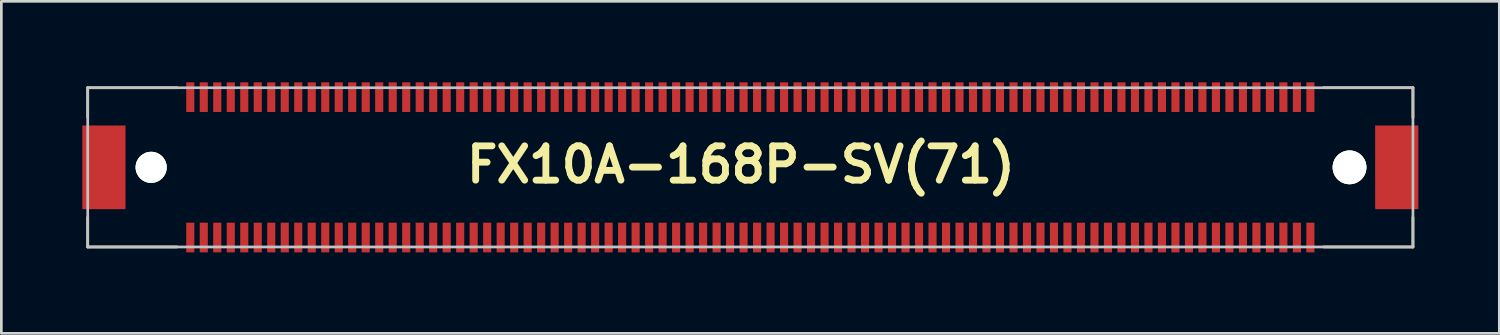
<source format=kicad_pcb>
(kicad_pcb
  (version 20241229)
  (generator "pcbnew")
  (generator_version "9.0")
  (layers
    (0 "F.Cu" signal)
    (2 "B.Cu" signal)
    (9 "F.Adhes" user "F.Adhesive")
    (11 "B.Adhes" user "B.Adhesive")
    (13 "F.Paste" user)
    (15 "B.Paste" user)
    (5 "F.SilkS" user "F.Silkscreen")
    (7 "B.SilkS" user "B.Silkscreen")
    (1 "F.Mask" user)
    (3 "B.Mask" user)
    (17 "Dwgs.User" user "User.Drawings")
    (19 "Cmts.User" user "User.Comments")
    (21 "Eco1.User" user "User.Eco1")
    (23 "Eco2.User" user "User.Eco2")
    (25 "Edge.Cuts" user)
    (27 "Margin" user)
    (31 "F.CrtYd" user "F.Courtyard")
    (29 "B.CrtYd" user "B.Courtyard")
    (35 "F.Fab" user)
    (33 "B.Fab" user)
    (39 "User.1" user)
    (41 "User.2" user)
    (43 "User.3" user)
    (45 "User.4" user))
  (footprint "FX10A-168P-SV(71)"
    (layer "F.Cu")
    (at 24.75 3.15)
    (property "Reference" "FX10A-168P-SV(71)" (at -0.349 -0.1 0) (layer "F.SilkS") (effects (font (size 1.27 1.27) (thickness 0.254))))
    (attr through_hole)
    (fp_line (start -24.55 -2.95) (end -24.55 -1.848) (stroke (width 0.1) (type solid)) (layer "F.SilkS"))
    (fp_line (start -24.55 -2.95) (end -21.243 -2.95) (stroke (width 0.1) (type solid)) (layer "F.SilkS"))
    (fp_line (start -24.55 2.95) (end -24.55 1.848) (stroke (width 0.1) (type solid)) (layer "F.SilkS"))
    (fp_line (start -24.55 2.95) (end -21.243 2.95) (stroke (width 0.1) (type solid)) (layer "F.SilkS"))
    (fp_line (start 24.55 -2.95) (end 21.243 -2.95) (stroke (width 0.1) (type solid)) (layer "F.SilkS"))
    (fp_line (start 24.55 -2.95) (end 24.55 -1.848) (stroke (width 0.1) (type solid)) (layer "F.SilkS"))
    (fp_line (start 24.55 2.95) (end 21.243 2.95) (stroke (width 0.1) (type solid)) (layer "F.SilkS"))
    (fp_line (start 24.55 2.95) (end 24.55 1.848) (stroke (width 0.1) (type solid)) (layer "F.SilkS"))
    (fp_line (start -24.55 -2.95) (end 24.55 -2.95) (stroke (width 0.1) (type solid)) (layer "Dwgs.User"))
    (fp_line (start -24.55 2.95) (end -24.55 -2.95) (stroke (width 0.1) (type solid)) (layer "Dwgs.User"))
    (fp_line (start 24.55 -2.95) (end 24.55 2.95) (stroke (width 0.1) (type solid)) (layer "Dwgs.User"))
    (fp_line (start 24.55 2.95) (end -24.55 2.95) (stroke (width 0.1) (type solid)) (layer "Dwgs.User"))
    (pad "1" smd rect (at -20.75 2.6) (size 0.3 1.1) (layers "F.Cu" "F.Mask" "F.Paste"))
    (pad "2" smd rect (at -20.75 -2.6) (size 0.3 1.1) (layers "F.Cu" "F.Mask" "F.Paste"))
    (pad "3" smd rect (at -20.25 2.6) (size 0.3 1.1) (layers "F.Cu" "F.Mask" "F.Paste"))
    (pad "4" smd rect (at -20.25 -2.6) (size 0.3 1.1) (layers "F.Cu" "F.Mask" "F.Paste"))
    (pad "5" smd rect (at -19.75 2.6) (size 0.3 1.1) (layers "F.Cu" "F.Mask" "F.Paste"))
    (pad "6" smd rect (at -19.75 -2.6) (size 0.3 1.1) (layers "F.Cu" "F.Mask" "F.Paste"))
    (pad "7" smd rect (at -19.25 2.6) (size 0.3 1.1) (layers "F.Cu" "F.Mask" "F.Paste"))
    (pad "8" smd rect (at -19.25 -2.6) (size 0.3 1.1) (layers "F.Cu" "F.Mask" "F.Paste"))
    (pad "9" smd rect (at -18.75 2.6) (size 0.3 1.1) (layers "F.Cu" "F.Mask" "F.Paste"))
    (pad "10" smd rect (at -18.75 -2.6) (size 0.3 1.1) (layers "F.Cu" "F.Mask" "F.Paste"))
    (pad "11" smd rect (at -18.25 2.6) (size 0.3 1.1) (layers "F.Cu" "F.Mask" "F.Paste"))
    (pad "12" smd rect (at -18.25 -2.6) (size 0.3 1.1) (layers "F.Cu" "F.Mask" "F.Paste"))
    (pad "13" smd rect (at -17.75 2.6) (size 0.3 1.1) (layers "F.Cu" "F.Mask" "F.Paste"))
    (pad "14" smd rect (at -17.75 -2.6) (size 0.3 1.1) (layers "F.Cu" "F.Mask" "F.Paste"))
    (pad "15" smd rect (at -17.25 2.6) (size 0.3 1.1) (layers "F.Cu" "F.Mask" "F.Paste"))
    (pad "16" smd rect (at -17.25 -2.6) (size 0.3 1.1) (layers "F.Cu" "F.Mask" "F.Paste"))
    (pad "17" smd rect (at -16.75 2.6) (size 0.3 1.1) (layers "F.Cu" "F.Mask" "F.Paste"))
    (pad "18" smd rect (at -16.75 -2.6) (size 0.3 1.1) (layers "F.Cu" "F.Mask" "F.Paste"))
    (pad "19" smd rect (at -16.25 2.6) (size 0.3 1.1) (layers "F.Cu" "F.Mask" "F.Paste"))
    (pad "20" smd rect (at -16.25 -2.6) (size 0.3 1.1) (layers "F.Cu" "F.Mask" "F.Paste"))
    (pad "21" smd rect (at -15.75 2.6) (size 0.3 1.1) (layers "F.Cu" "F.Mask" "F.Paste"))
    (pad "22" smd rect (at -15.75 -2.6) (size 0.3 1.1) (layers "F.Cu" "F.Mask" "F.Paste"))
    (pad "23" smd rect (at -15.25 2.6) (size 0.3 1.1) (layers "F.Cu" "F.Mask" "F.Paste"))
    (pad "24" smd rect (at -15.25 -2.6) (size 0.3 1.1) (layers "F.Cu" "F.Mask" "F.Paste"))
    (pad "25" smd rect (at -14.75 2.6) (size 0.3 1.1) (layers "F.Cu" "F.Mask" "F.Paste"))
    (pad "26" smd rect (at -14.75 -2.6) (size 0.3 1.1) (layers "F.Cu" "F.Mask" "F.Paste"))
    (pad "27" smd rect (at -14.25 2.6) (size 0.3 1.1) (layers "F.Cu" "F.Mask" "F.Paste"))
    (pad "28" smd rect (at -14.25 -2.6) (size 0.3 1.1) (layers "F.Cu" "F.Mask" "F.Paste"))
    (pad "29" smd rect (at -13.75 2.6) (size 0.3 1.1) (layers "F.Cu" "F.Mask" "F.Paste"))
    (pad "30" smd rect (at -13.75 -2.6) (size 0.3 1.1) (layers "F.Cu" "F.Mask" "F.Paste"))
    (pad "31" smd rect (at -13.25 2.6) (size 0.3 1.1) (layers "F.Cu" "F.Mask" "F.Paste"))
    (pad "32" smd rect (at -13.25 -2.6) (size 0.3 1.1) (layers "F.Cu" "F.Mask" "F.Paste"))
    (pad "33" smd rect (at -12.75 2.6) (size 0.3 1.1) (layers "F.Cu" "F.Mask" "F.Paste"))
    (pad "34" smd rect (at -12.75 -2.6) (size 0.3 1.1) (layers "F.Cu" "F.Mask" "F.Paste"))
    (pad "35" smd rect (at -12.25 2.6) (size 0.3 1.1) (layers "F.Cu" "F.Mask" "F.Paste"))
    (pad "36" smd rect (at -12.25 -2.6) (size 0.3 1.1) (layers "F.Cu" "F.Mask" "F.Paste"))
    (pad "37" smd rect (at -11.75 2.6) (size 0.3 1.1) (layers "F.Cu" "F.Mask" "F.Paste"))
    (pad "38" smd rect (at -11.75 -2.6) (size 0.3 1.1) (layers "F.Cu" "F.Mask" "F.Paste"))
    (pad "39" smd rect (at -11.25 2.6) (size 0.3 1.1) (layers "F.Cu" "F.Mask" "F.Paste"))
    (pad "40" smd rect (at -11.25 -2.6) (size 0.3 1.1) (layers "F.Cu" "F.Mask" "F.Paste"))
    (pad "41" smd rect (at -10.75 2.6) (size 0.3 1.1) (layers "F.Cu" "F.Mask" "F.Paste"))
    (pad "42" smd rect (at -10.75 -2.6) (size 0.3 1.1) (layers "F.Cu" "F.Mask" "F.Paste"))
    (pad "43" smd rect (at -10.25 2.6) (size 0.3 1.1) (layers "F.Cu" "F.Mask" "F.Paste"))
    (pad "44" smd rect (at -10.25 -2.6) (size 0.3 1.1) (layers "F.Cu" "F.Mask" "F.Paste"))
    (pad "45" smd rect (at -9.75 2.6) (size 0.3 1.1) (layers "F.Cu" "F.Mask" "F.Paste"))
    (pad "46" smd rect (at -9.75 -2.6) (size 0.3 1.1) (layers "F.Cu" "F.Mask" "F.Paste"))
    (pad "47" smd rect (at -9.25 2.6) (size 0.3 1.1) (layers "F.Cu" "F.Mask" "F.Paste"))
    (pad "48" smd rect (at -9.25 -2.6) (size 0.3 1.1) (layers "F.Cu" "F.Mask" "F.Paste"))
    (pad "49" smd rect (at -8.75 2.6) (size 0.3 1.1) (layers "F.Cu" "F.Mask" "F.Paste"))
    (pad "50" smd rect (at -8.75 -2.6) (size 0.3 1.1) (layers "F.Cu" "F.Mask" "F.Paste"))
    (pad "51" smd rect (at -8.25 2.6) (size 0.3 1.1) (layers "F.Cu" "F.Mask" "F.Paste"))
    (pad "52" smd rect (at -8.25 -2.6) (size 0.3 1.1) (layers "F.Cu" "F.Mask" "F.Paste"))
    (pad "53" smd rect (at -7.75 2.6) (size 0.3 1.1) (layers "F.Cu" "F.Mask" "F.Paste"))
    (pad "54" smd rect (at -7.75 -2.6) (size 0.3 1.1) (layers "F.Cu" "F.Mask" "F.Paste"))
    (pad "55" smd rect (at -7.25 2.6) (size 0.3 1.1) (layers "F.Cu" "F.Mask" "F.Paste"))
    (pad "56" smd rect (at -7.25 -2.6) (size 0.3 1.1) (layers "F.Cu" "F.Mask" "F.Paste"))
    (pad "57" smd rect (at -6.75 2.6) (size 0.3 1.1) (layers "F.Cu" "F.Mask" "F.Paste"))
    (pad "58" smd rect (at -6.75 -2.6) (size 0.3 1.1) (layers "F.Cu" "F.Mask" "F.Paste"))
    (pad "59" smd rect (at -6.25 2.6) (size 0.3 1.1) (layers "F.Cu" "F.Mask" "F.Paste"))
    (pad "60" smd rect (at -6.25 -2.6) (size 0.3 1.1) (layers "F.Cu" "F.Mask" "F.Paste"))
    (pad "61" smd rect (at -5.75 2.6) (size 0.3 1.1) (layers "F.Cu" "F.Mask" "F.Paste"))
    (pad "62" smd rect (at -5.75 -2.6) (size 0.3 1.1) (layers "F.Cu" "F.Mask" "F.Paste"))
    (pad "63" smd rect (at -5.25 2.6) (size 0.3 1.1) (layers "F.Cu" "F.Mask" "F.Paste"))
    (pad "64" smd rect (at -5.25 -2.6) (size 0.3 1.1) (layers "F.Cu" "F.Mask" "F.Paste"))
    (pad "65" smd rect (at -4.75 2.6) (size 0.3 1.1) (layers "F.Cu" "F.Mask" "F.Paste"))
    (pad "66" smd rect (at -4.75 -2.6) (size 0.3 1.1) (layers "F.Cu" "F.Mask" "F.Paste"))
    (pad "67" smd rect (at -4.25 2.6) (size 0.3 1.1) (layers "F.Cu" "F.Mask" "F.Paste"))
    (pad "68" smd rect (at -4.25 -2.6) (size 0.3 1.1) (layers "F.Cu" "F.Mask" "F.Paste"))
    (pad "69" smd rect (at -3.75 2.6) (size 0.3 1.1) (layers "F.Cu" "F.Mask" "F.Paste"))
    (pad "70" smd rect (at -3.75 -2.6) (size 0.3 1.1) (layers "F.Cu" "F.Mask" "F.Paste"))
    (pad "71" smd rect (at -3.25 2.6) (size 0.3 1.1) (layers "F.Cu" "F.Mask" "F.Paste"))
    (pad "72" smd rect (at -3.25 -2.6) (size 0.3 1.1) (layers "F.Cu" "F.Mask" "F.Paste"))
    (pad "73" smd rect (at -2.75 2.6) (size 0.3 1.1) (layers "F.Cu" "F.Mask" "F.Paste"))
    (pad "74" smd rect (at -2.75 -2.6) (size 0.3 1.1) (layers "F.Cu" "F.Mask" "F.Paste"))
    (pad "75" smd rect (at -2.25 2.6) (size 0.3 1.1) (layers "F.Cu" "F.Mask" "F.Paste"))
    (pad "76" smd rect (at -2.25 -2.6) (size 0.3 1.1) (layers "F.Cu" "F.Mask" "F.Paste"))
    (pad "77" smd rect (at -1.75 2.6) (size 0.3 1.1) (layers "F.Cu" "F.Mask" "F.Paste"))
    (pad "78" smd rect (at -1.75 -2.6) (size 0.3 1.1) (layers "F.Cu" "F.Mask" "F.Paste"))
    (pad "79" smd rect (at -1.25 2.6) (size 0.3 1.1) (layers "F.Cu" "F.Mask" "F.Paste"))
    (pad "80" smd rect (at -1.25 -2.6) (size 0.3 1.1) (layers "F.Cu" "F.Mask" "F.Paste"))
    (pad "81" smd rect (at -0.75 2.6) (size 0.3 1.1) (layers "F.Cu" "F.Mask" "F.Paste"))
    (pad "82" smd rect (at -0.75 -2.6) (size 0.3 1.1) (layers "F.Cu" "F.Mask" "F.Paste"))
    (pad "83" smd rect (at -0.25 2.6) (size 0.3 1.1) (layers "F.Cu" "F.Mask" "F.Paste"))
    (pad "84" smd rect (at -0.25 -2.6) (size 0.3 1.1) (layers "F.Cu" "F.Mask" "F.Paste"))
    (pad "85" smd rect (at 0.25 2.6) (size 0.3 1.1) (layers "F.Cu" "F.Mask" "F.Paste"))
    (pad "86" smd rect (at 0.25 -2.6) (size 0.3 1.1) (layers "F.Cu" "F.Mask" "F.Paste"))
    (pad "87" smd rect (at 0.75 2.6) (size 0.3 1.1) (layers "F.Cu" "F.Mask" "F.Paste"))
    (pad "88" smd rect (at 0.75 -2.6) (size 0.3 1.1) (layers "F.Cu" "F.Mask" "F.Paste"))
    (pad "89" smd rect (at 1.25 2.6) (size 0.3 1.1) (layers "F.Cu" "F.Mask" "F.Paste"))
    (pad "90" smd rect (at 1.25 -2.6) (size 0.3 1.1) (layers "F.Cu" "F.Mask" "F.Paste"))
    (pad "91" smd rect (at 1.75 2.6) (size 0.3 1.1) (layers "F.Cu" "F.Mask" "F.Paste"))
    (pad "92" smd rect (at 1.75 -2.6) (size 0.3 1.1) (layers "F.Cu" "F.Mask" "F.Paste"))
    (pad "93" smd rect (at 2.25 2.6) (size 0.3 1.1) (layers "F.Cu" "F.Mask" "F.Paste"))
    (pad "94" smd rect (at 2.25 -2.6) (size 0.3 1.1) (layers "F.Cu" "F.Mask" "F.Paste"))
    (pad "95" smd rect (at 2.75 2.6) (size 0.3 1.1) (layers "F.Cu" "F.Mask" "F.Paste"))
    (pad "96" smd rect (at 2.75 -2.6) (size 0.3 1.1) (layers "F.Cu" "F.Mask" "F.Paste"))
    (pad "97" smd rect (at 3.25 2.6) (size 0.3 1.1) (layers "F.Cu" "F.Mask" "F.Paste"))
    (pad "98" smd rect (at 3.25 -2.6) (size 0.3 1.1) (layers "F.Cu" "F.Mask" "F.Paste"))
    (pad "99" smd rect (at 3.75 2.6) (size 0.3 1.1) (layers "F.Cu" "F.Mask" "F.Paste"))
    (pad "100" smd rect (at 3.75 -2.6) (size 0.3 1.1) (layers "F.Cu" "F.Mask" "F.Paste"))
    (pad "101" smd rect (at 4.25 2.6) (size 0.3 1.1) (layers "F.Cu" "F.Mask" "F.Paste"))
    (pad "102" smd rect (at 4.25 -2.6) (size 0.3 1.1) (layers "F.Cu" "F.Mask" "F.Paste"))
    (pad "103" smd rect (at 4.75 2.6) (size 0.3 1.1) (layers "F.Cu" "F.Mask" "F.Paste"))
    (pad "104" smd rect (at 4.75 -2.6) (size 0.3 1.1) (layers "F.Cu" "F.Mask" "F.Paste"))
    (pad "105" smd rect (at 5.25 2.6) (size 0.3 1.1) (layers "F.Cu" "F.Mask" "F.Paste"))
    (pad "106" smd rect (at 5.25 -2.6) (size 0.3 1.1) (layers "F.Cu" "F.Mask" "F.Paste"))
    (pad "107" smd rect (at 5.75 2.6) (size 0.3 1.1) (layers "F.Cu" "F.Mask" "F.Paste"))
    (pad "108" smd rect (at 5.75 -2.6) (size 0.3 1.1) (layers "F.Cu" "F.Mask" "F.Paste"))
    (pad "109" smd rect (at 6.25 2.6) (size 0.3 1.1) (layers "F.Cu" "F.Mask" "F.Paste"))
    (pad "110" smd rect (at 6.25 -2.6) (size 0.3 1.1) (layers "F.Cu" "F.Mask" "F.Paste"))
    (pad "111" smd rect (at 6.75 2.6) (size 0.3 1.1) (layers "F.Cu" "F.Mask" "F.Paste"))
    (pad "112" smd rect (at 6.75 -2.6) (size 0.3 1.1) (layers "F.Cu" "F.Mask" "F.Paste"))
    (pad "113" smd rect (at 7.25 2.6) (size 0.3 1.1) (layers "F.Cu" "F.Mask" "F.Paste"))
    (pad "114" smd rect (at 7.25 -2.6) (size 0.3 1.1) (layers "F.Cu" "F.Mask" "F.Paste"))
    (pad "115" smd rect (at 7.75 2.6) (size 0.3 1.1) (layers "F.Cu" "F.Mask" "F.Paste"))
    (pad "116" smd rect (at 7.75 -2.6) (size 0.3 1.1) (layers "F.Cu" "F.Mask" "F.Paste"))
    (pad "117" smd rect (at 8.25 2.6) (size 0.3 1.1) (layers "F.Cu" "F.Mask" "F.Paste"))
    (pad "118" smd rect (at 8.25 -2.6) (size 0.3 1.1) (layers "F.Cu" "F.Mask" "F.Paste"))
    (pad "119" smd rect (at 8.75 2.6) (size 0.3 1.1) (layers "F.Cu" "F.Mask" "F.Paste"))
    (pad "120" smd rect (at 8.75 -2.6) (size 0.3 1.1) (layers "F.Cu" "F.Mask" "F.Paste"))
    (pad "121" smd rect (at 9.25 2.6) (size 0.3 1.1) (layers "F.Cu" "F.Mask" "F.Paste"))
    (pad "122" smd rect (at 9.25 -2.6) (size 0.3 1.1) (layers "F.Cu" "F.Mask" "F.Paste"))
    (pad "123" smd rect (at 9.75 2.6) (size 0.3 1.1) (layers "F.Cu" "F.Mask" "F.Paste"))
    (pad "124" smd rect (at 9.75 -2.6) (size 0.3 1.1) (layers "F.Cu" "F.Mask" "F.Paste"))
    (pad "125" smd rect (at 10.25 2.6) (size 0.3 1.1) (layers "F.Cu" "F.Mask" "F.Paste"))
    (pad "126" smd rect (at 10.25 -2.6) (size 0.3 1.1) (layers "F.Cu" "F.Mask" "F.Paste"))
    (pad "127" smd rect (at 10.75 2.6) (size 0.3 1.1) (layers "F.Cu" "F.Mask" "F.Paste"))
    (pad "128" smd rect (at 10.75 -2.6) (size 0.3 1.1) (layers "F.Cu" "F.Mask" "F.Paste"))
    (pad "129" smd rect (at 11.25 2.6) (size 0.3 1.1) (layers "F.Cu" "F.Mask" "F.Paste"))
    (pad "130" smd rect (at 11.25 -2.6) (size 0.3 1.1) (layers "F.Cu" "F.Mask" "F.Paste"))
    (pad "131" smd rect (at 11.75 2.6) (size 0.3 1.1) (layers "F.Cu" "F.Mask" "F.Paste"))
    (pad "132" smd rect (at 11.75 -2.6) (size 0.3 1.1) (layers "F.Cu" "F.Mask" "F.Paste"))
    (pad "133" smd rect (at 12.25 2.6) (size 0.3 1.1) (layers "F.Cu" "F.Mask" "F.Paste"))
    (pad "134" smd rect (at 12.25 -2.6) (size 0.3 1.1) (layers "F.Cu" "F.Mask" "F.Paste"))
    (pad "135" smd rect (at 12.75 2.6) (size 0.3 1.1) (layers "F.Cu" "F.Mask" "F.Paste"))
    (pad "136" smd rect (at 12.75 -2.6) (size 0.3 1.1) (layers "F.Cu" "F.Mask" "F.Paste"))
    (pad "137" smd rect (at 13.25 2.6) (size 0.3 1.1) (layers "F.Cu" "F.Mask" "F.Paste"))
    (pad "138" smd rect (at 13.25 -2.6) (size 0.3 1.1) (layers "F.Cu" "F.Mask" "F.Paste"))
    (pad "139" smd rect (at 13.75 2.6) (size 0.3 1.1) (layers "F.Cu" "F.Mask" "F.Paste"))
    (pad "140" smd rect (at 13.75 -2.6) (size 0.3 1.1) (layers "F.Cu" "F.Mask" "F.Paste"))
    (pad "141" smd rect (at 14.25 2.6) (size 0.3 1.1) (layers "F.Cu" "F.Mask" "F.Paste"))
    (pad "142" smd rect (at 14.25 -2.6) (size 0.3 1.1) (layers "F.Cu" "F.Mask" "F.Paste"))
    (pad "143" smd rect (at 14.75 2.6) (size 0.3 1.1) (layers "F.Cu" "F.Mask" "F.Paste"))
    (pad "144" smd rect (at 14.75 -2.6) (size 0.3 1.1) (layers "F.Cu" "F.Mask" "F.Paste"))
    (pad "145" smd rect (at 15.25 2.6) (size 0.3 1.1) (layers "F.Cu" "F.Mask" "F.Paste"))
    (pad "146" smd rect (at 15.25 -2.6) (size 0.3 1.1) (layers "F.Cu" "F.Mask" "F.Paste"))
    (pad "147" smd rect (at 15.75 2.6) (size 0.3 1.1) (layers "F.Cu" "F.Mask" "F.Paste"))
    (pad "148" smd rect (at 15.75 -2.6) (size 0.3 1.1) (layers "F.Cu" "F.Mask" "F.Paste"))
    (pad "149" smd rect (at 16.25 2.6) (size 0.3 1.1) (layers "F.Cu" "F.Mask" "F.Paste"))
    (pad "150" smd rect (at 16.25 -2.6) (size 0.3 1.1) (layers "F.Cu" "F.Mask" "F.Paste"))
    (pad "151" smd rect (at 16.75 2.6) (size 0.3 1.1) (layers "F.Cu" "F.Mask" "F.Paste"))
    (pad "152" smd rect (at 16.75 -2.6) (size 0.3 1.1) (layers "F.Cu" "F.Mask" "F.Paste"))
    (pad "153" smd rect (at 17.25 2.6) (size 0.3 1.1) (layers "F.Cu" "F.Mask" "F.Paste"))
    (pad "154" smd rect (at 17.25 -2.6) (size 0.3 1.1) (layers "F.Cu" "F.Mask" "F.Paste"))
    (pad "155" smd rect (at 17.75 2.6) (size 0.3 1.1) (layers "F.Cu" "F.Mask" "F.Paste"))
    (pad "156" smd rect (at 17.75 -2.6) (size 0.3 1.1) (layers "F.Cu" "F.Mask" "F.Paste"))
    (pad "157" smd rect (at 18.25 2.6) (size 0.3 1.1) (layers "F.Cu" "F.Mask" "F.Paste"))
    (pad "158" smd rect (at 18.25 -2.6) (size 0.3 1.1) (layers "F.Cu" "F.Mask" "F.Paste"))
    (pad "159" smd rect (at 18.75 2.6) (size 0.3 1.1) (layers "F.Cu" "F.Mask" "F.Paste"))
    (pad "160" smd rect (at 18.75 -2.6) (size 0.3 1.1) (layers "F.Cu" "F.Mask" "F.Paste"))
    (pad "161" smd rect (at 19.25 2.6) (size 0.3 1.1) (layers "F.Cu" "F.Mask" "F.Paste"))
    (pad "162" smd rect (at 19.25 -2.6) (size 0.3 1.1) (layers "F.Cu" "F.Mask" "F.Paste"))
    (pad "163" smd rect (at 19.75 2.6) (size 0.3 1.1) (layers "F.Cu" "F.Mask" "F.Paste"))
    (pad "164" smd rect (at 19.75 -2.6) (size 0.3 1.1) (layers "F.Cu" "F.Mask" "F.Paste"))
    (pad "165" smd rect (at 20.25 2.6) (size 0.3 1.1) (layers "F.Cu" "F.Mask" "F.Paste"))
    (pad "166" smd rect (at 20.25 -2.6) (size 0.3 1.1) (layers "F.Cu" "F.Mask" "F.Paste"))
    (pad "167" smd rect (at 20.75 2.6) (size 0.3 1.1) (layers "F.Cu" "F.Mask" "F.Paste"))
    (pad "168" smd rect (at 20.75 -2.6) (size 0.3 1.1) (layers "F.Cu" "F.Mask" "F.Paste"))
    (pad "169" thru_hole circle (at -22.2 0 90) (size 1.15 1.15) (drill 1.15) (layers "*.Cu" "*.Mask" "F.SilkS"))
    (pad "170" thru_hole circle (at 22.2 0 90) (size 1.25 1.25) (drill 1.25) (layers "*.Cu" "*.Mask" "F.SilkS"))
    (pad "171" smd rect (at -23.95 0) (size 1.6 3.1) (layers "F.Cu" "F.Mask" "F.Paste"))
    (pad "172" smd rect (at 23.95 0) (size 1.6 3.1) (layers "F.Cu" "F.Mask" "F.Paste")))
  (gr_rect
    (start -3 -3)
    (end 52.5 9.3)
    (stroke (width 0.1) (type default))
    (fill no)
    (layer "Edge.Cuts")))
</source>
